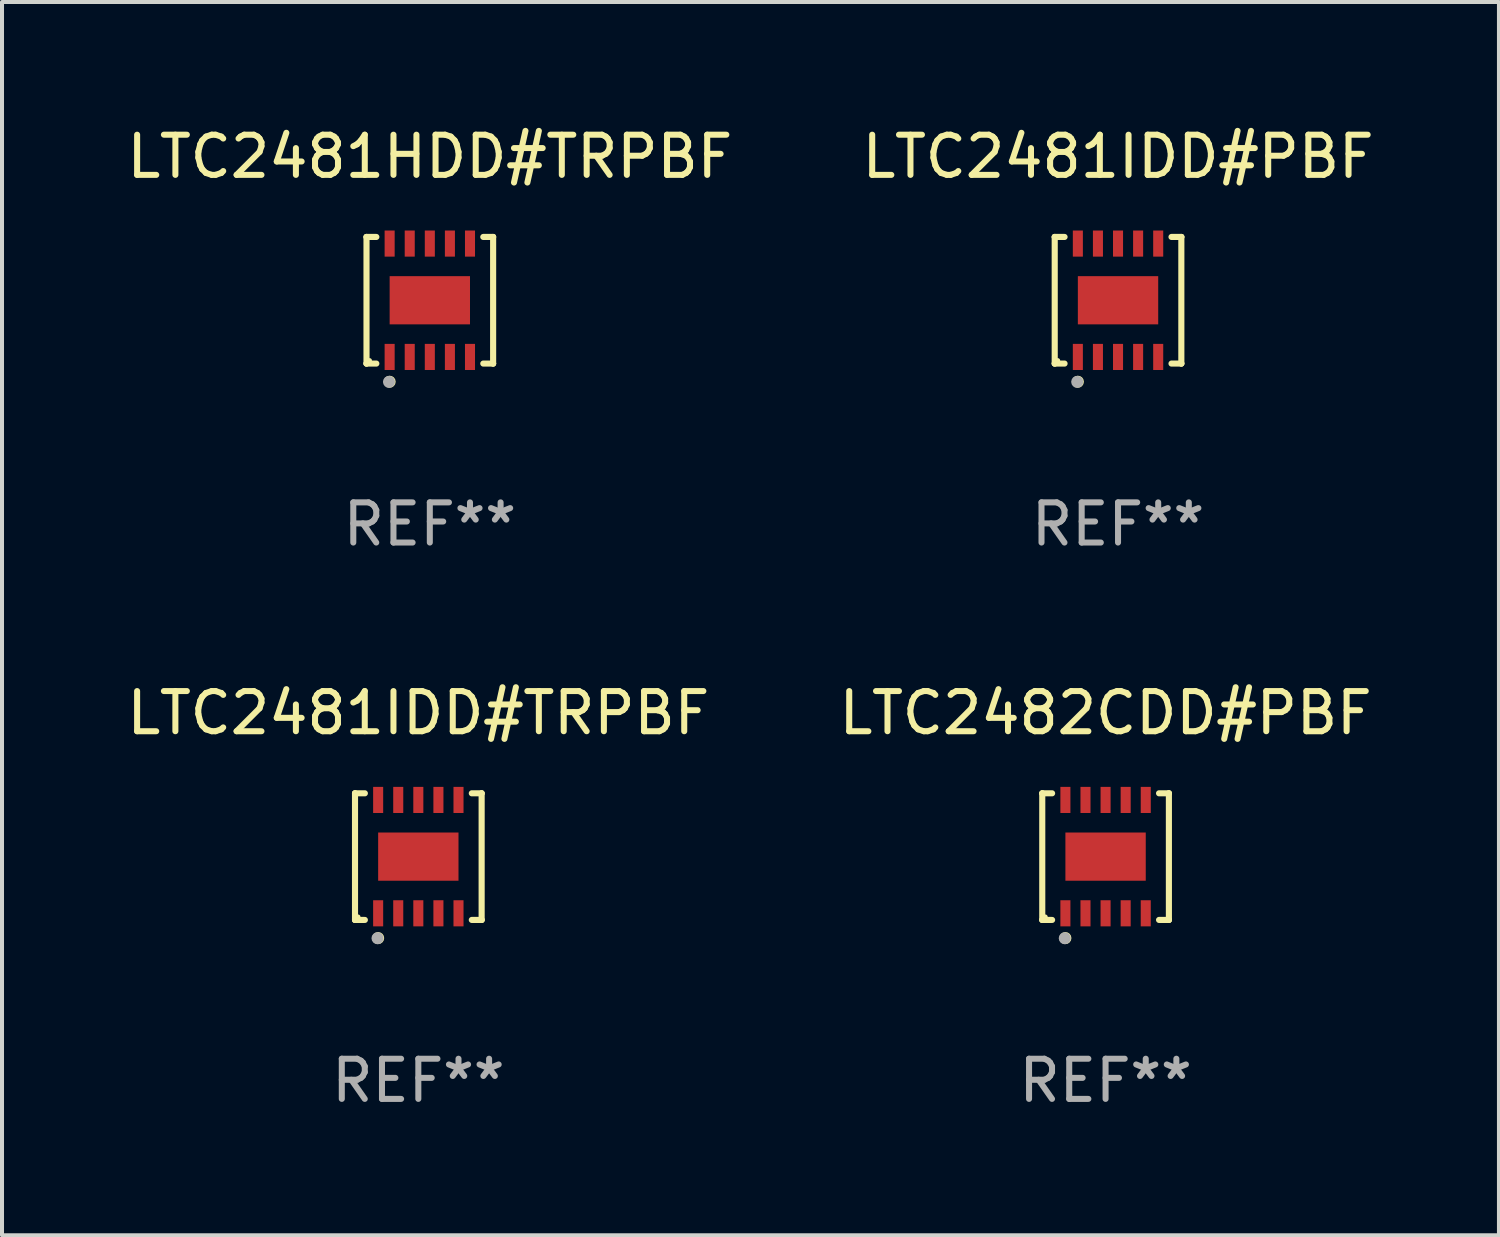
<source format=kicad_pcb>
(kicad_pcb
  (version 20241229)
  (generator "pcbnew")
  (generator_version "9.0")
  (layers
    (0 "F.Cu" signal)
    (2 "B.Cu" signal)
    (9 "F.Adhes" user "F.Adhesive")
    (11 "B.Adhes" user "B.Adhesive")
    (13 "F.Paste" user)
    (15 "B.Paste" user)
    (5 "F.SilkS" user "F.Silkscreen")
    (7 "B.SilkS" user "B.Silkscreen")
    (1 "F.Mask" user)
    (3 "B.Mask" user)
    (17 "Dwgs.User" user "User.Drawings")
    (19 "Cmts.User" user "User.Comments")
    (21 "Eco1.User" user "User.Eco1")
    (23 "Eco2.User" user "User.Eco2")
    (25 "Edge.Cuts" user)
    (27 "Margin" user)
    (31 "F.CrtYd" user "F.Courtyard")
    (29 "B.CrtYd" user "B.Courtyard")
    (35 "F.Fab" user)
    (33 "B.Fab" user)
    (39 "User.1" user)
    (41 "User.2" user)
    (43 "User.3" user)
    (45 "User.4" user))
  (footprint "LTC2481IDD#TRPBF"
    (layer "F.Cu")
    (at 7.363 18.273)
    (property "Reference" "LTC2481IDD#TRPBF" (at 0 -3.576 0) (layer "F.SilkS") (effects (font (size 1 1) (thickness 0.15))))
    (attr through_hole)
    (fp_line (start -1.576 -1.576) (end -1.576 -1.576) (stroke (width 0.152) (type solid)) (layer "F.SilkS"))
    (fp_line (start -1.576 -1.576) (end -1.331 -1.576) (stroke (width 0.152) (type solid)) (layer "F.SilkS"))
    (fp_line (start -1.576 1.576) (end -1.576 -1.576) (stroke (width 0.152) (type solid)) (layer "F.SilkS"))
    (fp_line (start -1.576 1.576) (end -1.576 1.576) (stroke (width 0.152) (type solid)) (layer "F.SilkS"))
    (fp_line (start -1.331 1.576) (end -1.576 1.576) (stroke (width 0.152) (type solid)) (layer "F.SilkS"))
    (fp_line (start 1.331 1.576) (end 1.576 1.576) (stroke (width 0.152) (type solid)) (layer "F.SilkS"))
    (fp_line (start 1.576 -1.576) (end 1.331 -1.576) (stroke (width 0.152) (type solid)) (layer "F.SilkS"))
    (fp_line (start 1.576 -1.576) (end 1.576 -1.576) (stroke (width 0.152) (type solid)) (layer "F.SilkS"))
    (fp_line (start 1.576 1.576) (end 1.576 -1.576) (stroke (width 0.152) (type solid)) (layer "F.SilkS"))
    (fp_line (start 1.576 1.576) (end 1.576 1.576) (stroke (width 0.152) (type solid)) (layer "F.SilkS"))
    (fp_circle (center -1.5 1.5) (end -1.47 1.5) (stroke (width 0.06) (type solid)) (fill no) (layer "F.SilkS"))
    (fp_circle (center -1 2.028) (end -0.925 2.028) (stroke (width 0.15) (type solid)) (fill no) (layer "F.SilkS"))
    (fp_circle (center -1.016 2.032) (end -0.941 2.032) (stroke (width 0.15) (type solid)) (fill no) (layer "F.Fab"))
    (fp_text user "REF**" (at 0 5.576 0) (layer "F.Fab") (effects (font (size 1 1) (thickness 0.15))))
    (pad "1" smd rect (at -1 1.411) (size 0.25 0.65) (layers "F.Cu" "F.Mask" "F.Paste"))
    (pad "2" smd rect (at -0.5 1.411) (size 0.25 0.65) (layers "F.Cu" "F.Mask" "F.Paste"))
    (pad "3" smd rect (at 0 1.411) (size 0.25 0.65) (layers "F.Cu" "F.Mask" "F.Paste"))
    (pad "4" smd rect (at 0.5 1.411) (size 0.25 0.65) (layers "F.Cu" "F.Mask" "F.Paste"))
    (pad "5" smd rect (at 1 1.411) (size 0.25 0.65) (layers "F.Cu" "F.Mask" "F.Paste"))
    (pad "6" smd rect (at 1 -1.411) (size 0.25 0.65) (layers "F.Cu" "F.Mask" "F.Paste"))
    (pad "7" smd rect (at 0.5 -1.411) (size 0.25 0.65) (layers "F.Cu" "F.Mask" "F.Paste"))
    (pad "8" smd rect (at 0 -1.411) (size 0.25 0.65) (layers "F.Cu" "F.Mask" "F.Paste"))
    (pad "9" smd rect (at -0.5 -1.411) (size 0.25 0.65) (layers "F.Cu" "F.Mask" "F.Paste"))
    (pad "10" smd rect (at -1 -1.411) (size 0.25 0.65) (layers "F.Cu" "F.Mask" "F.Paste"))
    (pad "11" smd rect (at 0 0) (size 2 1.2) (layers "F.Cu" "F.Mask" "F.Paste")))
  (footprint "LTC2481IDD#PBF"
    (layer "F.Cu")
    (at 24.78 4.424)
    (property "Reference" "LTC2481IDD#PBF" (at 0 -3.576 0) (layer "F.SilkS") (effects (font (size 1 1) (thickness 0.15))))
    (attr through_hole)
    (fp_line (start -1.576 -1.576) (end -1.576 -1.576) (stroke (width 0.152) (type solid)) (layer "F.SilkS"))
    (fp_line (start -1.576 -1.576) (end -1.331 -1.576) (stroke (width 0.152) (type solid)) (layer "F.SilkS"))
    (fp_line (start -1.576 1.576) (end -1.576 -1.576) (stroke (width 0.152) (type solid)) (layer "F.SilkS"))
    (fp_line (start -1.576 1.576) (end -1.576 1.576) (stroke (width 0.152) (type solid)) (layer "F.SilkS"))
    (fp_line (start -1.331 1.576) (end -1.576 1.576) (stroke (width 0.152) (type solid)) (layer "F.SilkS"))
    (fp_line (start 1.331 1.576) (end 1.576 1.576) (stroke (width 0.152) (type solid)) (layer "F.SilkS"))
    (fp_line (start 1.576 -1.576) (end 1.331 -1.576) (stroke (width 0.152) (type solid)) (layer "F.SilkS"))
    (fp_line (start 1.576 -1.576) (end 1.576 -1.576) (stroke (width 0.152) (type solid)) (layer "F.SilkS"))
    (fp_line (start 1.576 1.576) (end 1.576 -1.576) (stroke (width 0.152) (type solid)) (layer "F.SilkS"))
    (fp_line (start 1.576 1.576) (end 1.576 1.576) (stroke (width 0.152) (type solid)) (layer "F.SilkS"))
    (fp_circle (center -1.5 1.5) (end -1.47 1.5) (stroke (width 0.06) (type solid)) (fill no) (layer "F.SilkS"))
    (fp_circle (center -1 2.028) (end -0.925 2.028) (stroke (width 0.15) (type solid)) (fill no) (layer "F.SilkS"))
    (fp_circle (center -1.016 2.032) (end -0.941 2.032) (stroke (width 0.15) (type solid)) (fill no) (layer "F.Fab"))
    (fp_text user "REF**" (at 0 5.576 0) (layer "F.Fab") (effects (font (size 1 1) (thickness 0.15))))
    (pad "1" smd rect (at -1 1.411) (size 0.25 0.65) (layers "F.Cu" "F.Mask" "F.Paste"))
    (pad "2" smd rect (at -0.5 1.411) (size 0.25 0.65) (layers "F.Cu" "F.Mask" "F.Paste"))
    (pad "3" smd rect (at 0 1.411) (size 0.25 0.65) (layers "F.Cu" "F.Mask" "F.Paste"))
    (pad "4" smd rect (at 0.5 1.411) (size 0.25 0.65) (layers "F.Cu" "F.Mask" "F.Paste"))
    (pad "5" smd rect (at 1 1.411) (size 0.25 0.65) (layers "F.Cu" "F.Mask" "F.Paste"))
    (pad "6" smd rect (at 1 -1.411) (size 0.25 0.65) (layers "F.Cu" "F.Mask" "F.Paste"))
    (pad "7" smd rect (at 0.5 -1.411) (size 0.25 0.65) (layers "F.Cu" "F.Mask" "F.Paste"))
    (pad "8" smd rect (at 0 -1.411) (size 0.25 0.65) (layers "F.Cu" "F.Mask" "F.Paste"))
    (pad "9" smd rect (at -0.5 -1.411) (size 0.25 0.65) (layers "F.Cu" "F.Mask" "F.Paste"))
    (pad "10" smd rect (at -1 -1.411) (size 0.25 0.65) (layers "F.Cu" "F.Mask" "F.Paste"))
    (pad "11" smd rect (at 0 0) (size 2 1.2) (layers "F.Cu" "F.Mask" "F.Paste")))
  (footprint "LTC2482CDD#PBF"
    (layer "F.Cu")
    (at 24.47 18.273)
    (property "Reference" "LTC2482CDD#PBF" (at 0 -3.576 0) (layer "F.SilkS") (effects (font (size 1 1) (thickness 0.15))))
    (attr through_hole)
    (fp_line (start -1.576 -1.576) (end -1.576 -1.576) (stroke (width 0.152) (type solid)) (layer "F.SilkS"))
    (fp_line (start -1.576 -1.576) (end -1.331 -1.576) (stroke (width 0.152) (type solid)) (layer "F.SilkS"))
    (fp_line (start -1.576 1.576) (end -1.576 -1.576) (stroke (width 0.152) (type solid)) (layer "F.SilkS"))
    (fp_line (start -1.576 1.576) (end -1.576 1.576) (stroke (width 0.152) (type solid)) (layer "F.SilkS"))
    (fp_line (start -1.331 1.576) (end -1.576 1.576) (stroke (width 0.152) (type solid)) (layer "F.SilkS"))
    (fp_line (start 1.331 1.576) (end 1.576 1.576) (stroke (width 0.152) (type solid)) (layer "F.SilkS"))
    (fp_line (start 1.576 -1.576) (end 1.331 -1.576) (stroke (width 0.152) (type solid)) (layer "F.SilkS"))
    (fp_line (start 1.576 -1.576) (end 1.576 -1.576) (stroke (width 0.152) (type solid)) (layer "F.SilkS"))
    (fp_line (start 1.576 1.576) (end 1.576 -1.576) (stroke (width 0.152) (type solid)) (layer "F.SilkS"))
    (fp_line (start 1.576 1.576) (end 1.576 1.576) (stroke (width 0.152) (type solid)) (layer "F.SilkS"))
    (fp_circle (center -1.5 1.5) (end -1.47 1.5) (stroke (width 0.06) (type solid)) (fill no) (layer "F.SilkS"))
    (fp_circle (center -1 2.028) (end -0.925 2.028) (stroke (width 0.15) (type solid)) (fill no) (layer "F.SilkS"))
    (fp_circle (center -1.016 2.032) (end -0.941 2.032) (stroke (width 0.15) (type solid)) (fill no) (layer "F.Fab"))
    (fp_text user "REF**" (at 0 5.576 0) (layer "F.Fab") (effects (font (size 1 1) (thickness 0.15))))
    (pad "1" smd rect (at -1 1.411) (size 0.25 0.65) (layers "F.Cu" "F.Mask" "F.Paste"))
    (pad "2" smd rect (at -0.5 1.411) (size 0.25 0.65) (layers "F.Cu" "F.Mask" "F.Paste"))
    (pad "3" smd rect (at 0 1.411) (size 0.25 0.65) (layers "F.Cu" "F.Mask" "F.Paste"))
    (pad "4" smd rect (at 0.5 1.411) (size 0.25 0.65) (layers "F.Cu" "F.Mask" "F.Paste"))
    (pad "5" smd rect (at 1 1.411) (size 0.25 0.65) (layers "F.Cu" "F.Mask" "F.Paste"))
    (pad "6" smd rect (at 1 -1.411) (size 0.25 0.65) (layers "F.Cu" "F.Mask" "F.Paste"))
    (pad "7" smd rect (at 0.5 -1.411) (size 0.25 0.65) (layers "F.Cu" "F.Mask" "F.Paste"))
    (pad "8" smd rect (at 0 -1.411) (size 0.25 0.65) (layers "F.Cu" "F.Mask" "F.Paste"))
    (pad "9" smd rect (at -0.5 -1.411) (size 0.25 0.65) (layers "F.Cu" "F.Mask" "F.Paste"))
    (pad "10" smd rect (at -1 -1.411) (size 0.25 0.65) (layers "F.Cu" "F.Mask" "F.Paste"))
    (pad "11" smd rect (at 0 0) (size 2 1.2) (layers "F.Cu" "F.Mask" "F.Paste")))
  (footprint "LTC2481HDD#TRPBF"
    (layer "F.Cu")
    (at 7.649 4.424)
    (property "Reference" "LTC2481HDD#TRPBF" (at 0 -3.576 0) (layer "F.SilkS") (effects (font (size 1 1) (thickness 0.15))))
    (attr through_hole)
    (fp_line (start -1.576 -1.576) (end -1.576 -1.576) (stroke (width 0.152) (type solid)) (layer "F.SilkS"))
    (fp_line (start -1.576 -1.576) (end -1.331 -1.576) (stroke (width 0.152) (type solid)) (layer "F.SilkS"))
    (fp_line (start -1.576 1.576) (end -1.576 -1.576) (stroke (width 0.152) (type solid)) (layer "F.SilkS"))
    (fp_line (start -1.576 1.576) (end -1.576 1.576) (stroke (width 0.152) (type solid)) (layer "F.SilkS"))
    (fp_line (start -1.331 1.576) (end -1.576 1.576) (stroke (width 0.152) (type solid)) (layer "F.SilkS"))
    (fp_line (start 1.331 1.576) (end 1.576 1.576) (stroke (width 0.152) (type solid)) (layer "F.SilkS"))
    (fp_line (start 1.576 -1.576) (end 1.331 -1.576) (stroke (width 0.152) (type solid)) (layer "F.SilkS"))
    (fp_line (start 1.576 -1.576) (end 1.576 -1.576) (stroke (width 0.152) (type solid)) (layer "F.SilkS"))
    (fp_line (start 1.576 1.576) (end 1.576 -1.576) (stroke (width 0.152) (type solid)) (layer "F.SilkS"))
    (fp_line (start 1.576 1.576) (end 1.576 1.576) (stroke (width 0.152) (type solid)) (layer "F.SilkS"))
    (fp_circle (center -1.5 1.5) (end -1.47 1.5) (stroke (width 0.06) (type solid)) (fill no) (layer "F.SilkS"))
    (fp_circle (center -1 2.028) (end -0.925 2.028) (stroke (width 0.15) (type solid)) (fill no) (layer "F.SilkS"))
    (fp_circle (center -1.016 2.032) (end -0.941 2.032) (stroke (width 0.15) (type solid)) (fill no) (layer "F.Fab"))
    (fp_text user "REF**" (at 0 5.576 0) (layer "F.Fab") (effects (font (size 1 1) (thickness 0.15))))
    (pad "1" smd rect (at -1 1.411) (size 0.25 0.65) (layers "F.Cu" "F.Mask" "F.Paste"))
    (pad "2" smd rect (at -0.5 1.411) (size 0.25 0.65) (layers "F.Cu" "F.Mask" "F.Paste"))
    (pad "3" smd rect (at 0 1.411) (size 0.25 0.65) (layers "F.Cu" "F.Mask" "F.Paste"))
    (pad "4" smd rect (at 0.5 1.411) (size 0.25 0.65) (layers "F.Cu" "F.Mask" "F.Paste"))
    (pad "5" smd rect (at 1 1.411) (size 0.25 0.65) (layers "F.Cu" "F.Mask" "F.Paste"))
    (pad "6" smd rect (at 1 -1.411) (size 0.25 0.65) (layers "F.Cu" "F.Mask" "F.Paste"))
    (pad "7" smd rect (at 0.5 -1.411) (size 0.25 0.65) (layers "F.Cu" "F.Mask" "F.Paste"))
    (pad "8" smd rect (at 0 -1.411) (size 0.25 0.65) (layers "F.Cu" "F.Mask" "F.Paste"))
    (pad "9" smd rect (at -0.5 -1.411) (size 0.25 0.65) (layers "F.Cu" "F.Mask" "F.Paste"))
    (pad "10" smd rect (at -1 -1.411) (size 0.25 0.65) (layers "F.Cu" "F.Mask" "F.Paste"))
    (pad "11" smd rect (at 0 0) (size 2 1.2) (layers "F.Cu" "F.Mask" "F.Paste")))
  (gr_rect
    (start -3 -3)
    (end 34.262 27.698)
    (stroke (width 0.1) (type default))
    (fill no)
    (layer "Edge.Cuts")))
</source>
